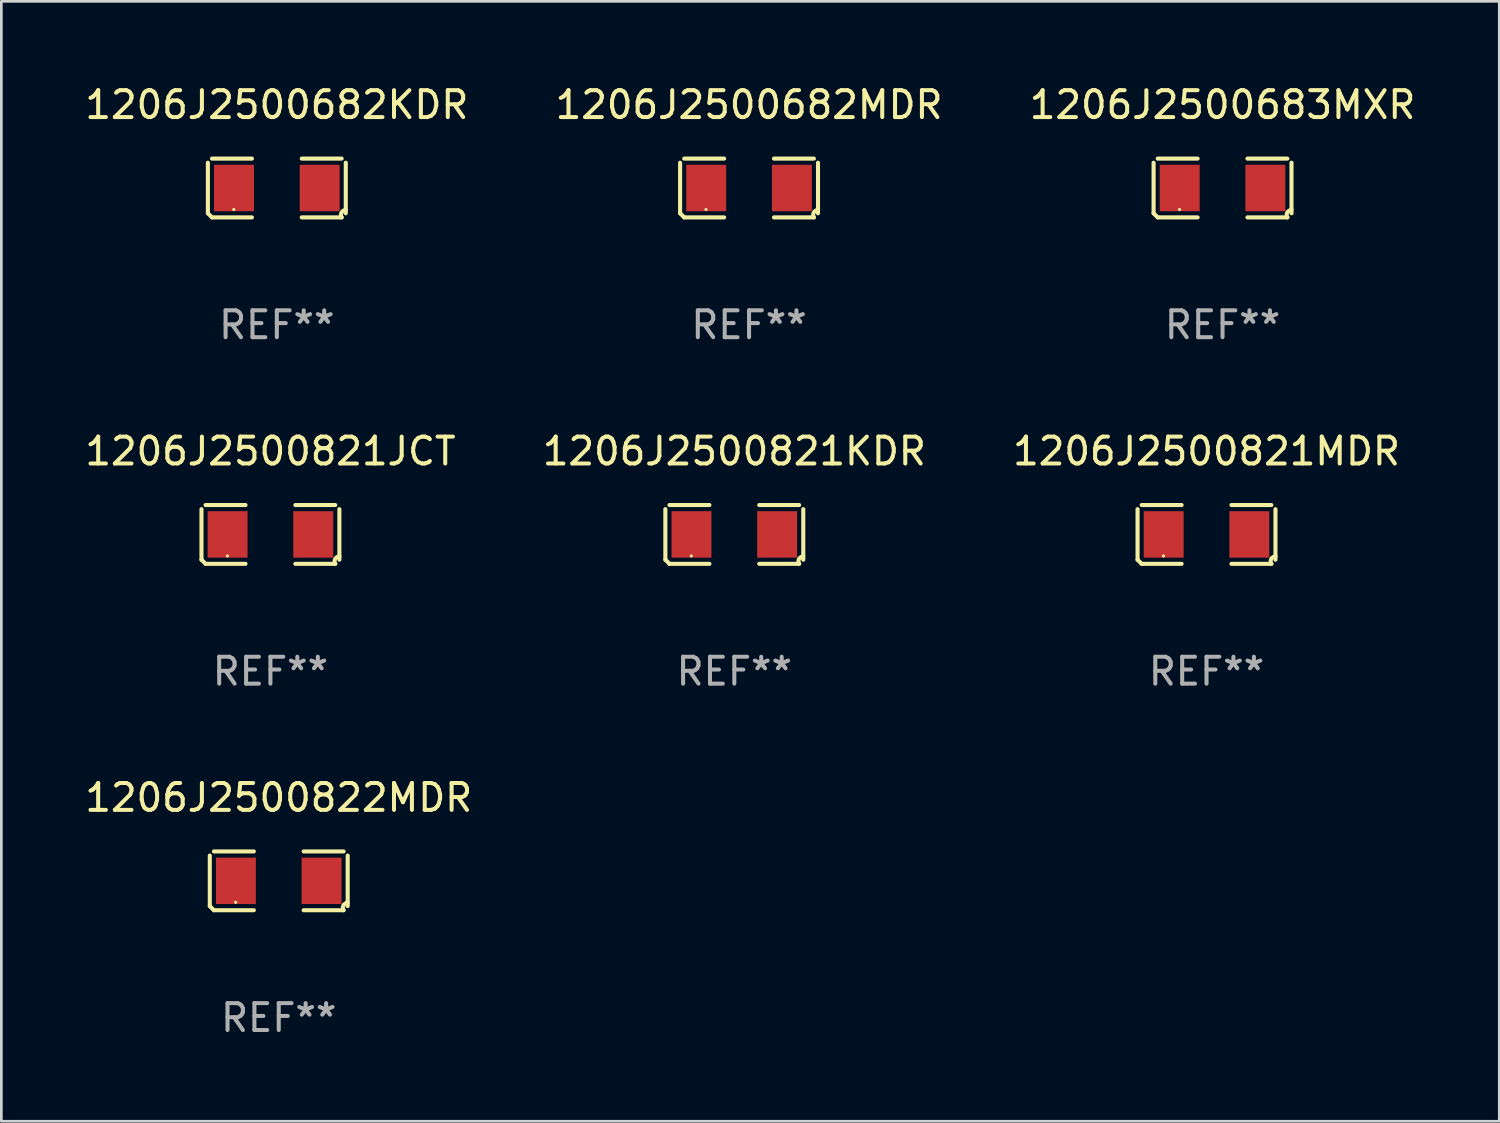
<source format=kicad_pcb>
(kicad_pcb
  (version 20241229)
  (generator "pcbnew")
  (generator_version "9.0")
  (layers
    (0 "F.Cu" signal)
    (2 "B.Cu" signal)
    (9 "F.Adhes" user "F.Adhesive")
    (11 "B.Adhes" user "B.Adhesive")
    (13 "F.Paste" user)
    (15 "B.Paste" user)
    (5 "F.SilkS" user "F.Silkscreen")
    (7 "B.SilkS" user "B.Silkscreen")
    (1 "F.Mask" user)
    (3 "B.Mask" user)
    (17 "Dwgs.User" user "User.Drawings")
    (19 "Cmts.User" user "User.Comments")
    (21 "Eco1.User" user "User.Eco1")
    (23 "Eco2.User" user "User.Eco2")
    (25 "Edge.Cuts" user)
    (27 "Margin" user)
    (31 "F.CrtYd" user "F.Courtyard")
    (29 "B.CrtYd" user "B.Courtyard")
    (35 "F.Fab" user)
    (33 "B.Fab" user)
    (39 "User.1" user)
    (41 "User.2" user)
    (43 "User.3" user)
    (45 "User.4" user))
  (footprint "1206J2500822MDR"
    (layer "F.Cu")
    (at 7.315 29.704)
    (property "Reference" "1206J2500822MDR" (at 0 -3.093 0) (layer "F.SilkS") (effects (font (size 1 1) (thickness 0.15))))
    (attr through_hole)
    (fp_line (start -2.564 0.94) (end -2.564 -0.94) (stroke (width 0.152) (type solid)) (layer "F.SilkS"))
    (fp_line (start -2.411 -1.093) (end -0.926 -1.093) (stroke (width 0.152) (type solid)) (layer "F.SilkS"))
    (fp_line (start -0.926 1.093) (end -2.411 1.093) (stroke (width 0.152) (type solid)) (layer "F.SilkS"))
    (fp_line (start 0.926 1.093) (end 2.411 1.093) (stroke (width 0.152) (type solid)) (layer "F.SilkS"))
    (fp_line (start 2.411 -1.093) (end 0.926 -1.093) (stroke (width 0.152) (type solid)) (layer "F.SilkS"))
    (fp_line (start 2.564 0.94) (end 2.564 -0.94) (stroke (width 0.152) (type solid)) (layer "F.SilkS"))
    (fp_arc (start -2.411201 1.092609) (mid -2.487413 1.01642) (end -2.563602 0.940208) (stroke (width 0.1524) (type solid)) (layer "F.SilkS"))
    (fp_arc (start 2.411201 1.092609) (mid 2.407159 0.911226) (end 2.563602 0.819347) (stroke (width 0.1524) (type solid)) (layer "F.SilkS"))
    (fp_circle (center -1.6 0.8) (end -1.57 0.8) (stroke (width 0.06) (type solid)) (fill no) (layer "F.SilkS"))
    (fp_text user "REF**" (at 0 5.093 0) (layer "F.Fab") (effects (font (size 1 1) (thickness 0.15))))
    (pad "1" smd rect (at -1.593 0) (size 1.485 1.728) (layers "F.Cu" "F.Mask" "F.Paste"))
    (pad "2" smd rect (at 1.593 0) (size 1.485 1.728) (layers "F.Cu" "F.Mask" "F.Paste")))
  (footprint "1206J2500821MDR"
    (layer "F.Cu")
    (at 41.815 16.823)
    (property "Reference" "1206J2500821MDR" (at 0 -3.093 0) (layer "F.SilkS") (effects (font (size 1 1) (thickness 0.15))))
    (attr through_hole)
    (fp_line (start -2.564 0.94) (end -2.564 -0.94) (stroke (width 0.152) (type solid)) (layer "F.SilkS"))
    (fp_line (start -2.411 -1.093) (end -0.926 -1.093) (stroke (width 0.152) (type solid)) (layer "F.SilkS"))
    (fp_line (start -0.926 1.093) (end -2.411 1.093) (stroke (width 0.152) (type solid)) (layer "F.SilkS"))
    (fp_line (start 0.926 1.093) (end 2.411 1.093) (stroke (width 0.152) (type solid)) (layer "F.SilkS"))
    (fp_line (start 2.411 -1.093) (end 0.926 -1.093) (stroke (width 0.152) (type solid)) (layer "F.SilkS"))
    (fp_line (start 2.564 0.94) (end 2.564 -0.94) (stroke (width 0.152) (type solid)) (layer "F.SilkS"))
    (fp_arc (start -2.411201 1.092609) (mid -2.487413 1.01642) (end -2.563602 0.940208) (stroke (width 0.1524) (type solid)) (layer "F.SilkS"))
    (fp_arc (start 2.411201 1.092609) (mid 2.407159 0.911226) (end 2.563602 0.819347) (stroke (width 0.1524) (type solid)) (layer "F.SilkS"))
    (fp_circle (center -1.6 0.8) (end -1.57 0.8) (stroke (width 0.06) (type solid)) (fill no) (layer "F.SilkS"))
    (fp_text user "REF**" (at 0 5.093 0) (layer "F.Fab") (effects (font (size 1 1) (thickness 0.15))))
    (pad "1" smd rect (at -1.593 0) (size 1.485 1.728) (layers "F.Cu" "F.Mask" "F.Paste"))
    (pad "2" smd rect (at 1.593 0) (size 1.485 1.728) (layers "F.Cu" "F.Mask" "F.Paste")))
  (footprint "1206J2500821KDR"
    (layer "F.Cu")
    (at 24.256 16.823)
    (property "Reference" "1206J2500821KDR" (at 0 -3.093 0) (layer "F.SilkS") (effects (font (size 1 1) (thickness 0.15))))
    (attr through_hole)
    (fp_line (start -2.564 0.94) (end -2.564 -0.94) (stroke (width 0.152) (type solid)) (layer "F.SilkS"))
    (fp_line (start -2.411 -1.093) (end -0.926 -1.093) (stroke (width 0.152) (type solid)) (layer "F.SilkS"))
    (fp_line (start -0.926 1.093) (end -2.411 1.093) (stroke (width 0.152) (type solid)) (layer "F.SilkS"))
    (fp_line (start 0.926 1.093) (end 2.411 1.093) (stroke (width 0.152) (type solid)) (layer "F.SilkS"))
    (fp_line (start 2.411 -1.093) (end 0.926 -1.093) (stroke (width 0.152) (type solid)) (layer "F.SilkS"))
    (fp_line (start 2.564 0.94) (end 2.564 -0.94) (stroke (width 0.152) (type solid)) (layer "F.SilkS"))
    (fp_arc (start -2.411201 1.092609) (mid -2.487413 1.01642) (end -2.563602 0.940208) (stroke (width 0.1524) (type solid)) (layer "F.SilkS"))
    (fp_arc (start 2.411201 1.092609) (mid 2.407159 0.911226) (end 2.563602 0.819347) (stroke (width 0.1524) (type solid)) (layer "F.SilkS"))
    (fp_circle (center -1.6 0.8) (end -1.57 0.8) (stroke (width 0.06) (type solid)) (fill no) (layer "F.SilkS"))
    (fp_text user "REF**" (at 0 5.093 0) (layer "F.Fab") (effects (font (size 1 1) (thickness 0.15))))
    (pad "1" smd rect (at -1.593 0) (size 1.485 1.728) (layers "F.Cu" "F.Mask" "F.Paste"))
    (pad "2" smd rect (at 1.593 0) (size 1.485 1.728) (layers "F.Cu" "F.Mask" "F.Paste")))
  (footprint "1206J2500821JCT"
    (layer "F.Cu")
    (at 7.006 16.823)
    (property "Reference" "1206J2500821JCT" (at 0 -3.093 0) (layer "F.SilkS") (effects (font (size 1 1) (thickness 0.15))))
    (attr through_hole)
    (fp_line (start -2.564 0.94) (end -2.564 -0.94) (stroke (width 0.152) (type solid)) (layer "F.SilkS"))
    (fp_line (start -2.411 -1.093) (end -0.926 -1.093) (stroke (width 0.152) (type solid)) (layer "F.SilkS"))
    (fp_line (start -0.926 1.093) (end -2.411 1.093) (stroke (width 0.152) (type solid)) (layer "F.SilkS"))
    (fp_line (start 0.926 1.093) (end 2.411 1.093) (stroke (width 0.152) (type solid)) (layer "F.SilkS"))
    (fp_line (start 2.411 -1.093) (end 0.926 -1.093) (stroke (width 0.152) (type solid)) (layer "F.SilkS"))
    (fp_line (start 2.564 0.94) (end 2.564 -0.94) (stroke (width 0.152) (type solid)) (layer "F.SilkS"))
    (fp_arc (start -2.411201 1.092609) (mid -2.487413 1.01642) (end -2.563602 0.940208) (stroke (width 0.1524) (type solid)) (layer "F.SilkS"))
    (fp_arc (start 2.411201 1.092609) (mid 2.407159 0.911226) (end 2.563602 0.819347) (stroke (width 0.1524) (type solid)) (layer "F.SilkS"))
    (fp_circle (center -1.6 0.8) (end -1.57 0.8) (stroke (width 0.06) (type solid)) (fill no) (layer "F.SilkS"))
    (fp_text user "REF**" (at 0 5.093 0) (layer "F.Fab") (effects (font (size 1 1) (thickness 0.15))))
    (pad "1" smd rect (at -1.593 0) (size 1.485 1.728) (layers "F.Cu" "F.Mask" "F.Paste"))
    (pad "2" smd rect (at 1.593 0) (size 1.485 1.728) (layers "F.Cu" "F.Mask" "F.Paste")))
  (footprint "1206J2500682KDR"
    (layer "F.Cu")
    (at 7.244 3.941)
    (property "Reference" "1206J2500682KDR" (at 0 -3.093 0) (layer "F.SilkS") (effects (font (size 1 1) (thickness 0.15))))
    (attr through_hole)
    (fp_line (start -2.564 0.94) (end -2.564 -0.94) (stroke (width 0.152) (type solid)) (layer "F.SilkS"))
    (fp_line (start -2.411 -1.093) (end -0.926 -1.093) (stroke (width 0.152) (type solid)) (layer "F.SilkS"))
    (fp_line (start -0.926 1.093) (end -2.411 1.093) (stroke (width 0.152) (type solid)) (layer "F.SilkS"))
    (fp_line (start 0.926 1.093) (end 2.411 1.093) (stroke (width 0.152) (type solid)) (layer "F.SilkS"))
    (fp_line (start 2.411 -1.093) (end 0.926 -1.093) (stroke (width 0.152) (type solid)) (layer "F.SilkS"))
    (fp_line (start 2.564 0.94) (end 2.564 -0.94) (stroke (width 0.152) (type solid)) (layer "F.SilkS"))
    (fp_arc (start -2.411201 1.092609) (mid -2.487413 1.01642) (end -2.563602 0.940208) (stroke (width 0.1524) (type solid)) (layer "F.SilkS"))
    (fp_arc (start 2.411201 1.092609) (mid 2.407159 0.911226) (end 2.563602 0.819347) (stroke (width 0.1524) (type solid)) (layer "F.SilkS"))
    (fp_circle (center -1.6 0.8) (end -1.57 0.8) (stroke (width 0.06) (type solid)) (fill no) (layer "F.SilkS"))
    (fp_text user "REF**" (at 0 5.093 0) (layer "F.Fab") (effects (font (size 1 1) (thickness 0.15))))
    (pad "1" smd rect (at -1.593 0) (size 1.485 1.728) (layers "F.Cu" "F.Mask" "F.Paste"))
    (pad "2" smd rect (at 1.593 0) (size 1.485 1.728) (layers "F.Cu" "F.Mask" "F.Paste")))
  (footprint "1206J2500683MXR"
    (layer "F.Cu")
    (at 42.411 3.941)
    (property "Reference" "1206J2500683MXR" (at 0 -3.093 0) (layer "F.SilkS") (effects (font (size 1 1) (thickness 0.15))))
    (attr through_hole)
    (fp_line (start -2.564 0.94) (end -2.564 -0.94) (stroke (width 0.152) (type solid)) (layer "F.SilkS"))
    (fp_line (start -2.411 -1.093) (end -0.926 -1.093) (stroke (width 0.152) (type solid)) (layer "F.SilkS"))
    (fp_line (start -0.926 1.093) (end -2.411 1.093) (stroke (width 0.152) (type solid)) (layer "F.SilkS"))
    (fp_line (start 0.926 1.093) (end 2.411 1.093) (stroke (width 0.152) (type solid)) (layer "F.SilkS"))
    (fp_line (start 2.411 -1.093) (end 0.926 -1.093) (stroke (width 0.152) (type solid)) (layer "F.SilkS"))
    (fp_line (start 2.564 0.94) (end 2.564 -0.94) (stroke (width 0.152) (type solid)) (layer "F.SilkS"))
    (fp_arc (start -2.411201 1.092609) (mid -2.487413 1.01642) (end -2.563602 0.940208) (stroke (width 0.1524) (type solid)) (layer "F.SilkS"))
    (fp_arc (start 2.411201 1.092609) (mid 2.407159 0.911226) (end 2.563602 0.819347) (stroke (width 0.1524) (type solid)) (layer "F.SilkS"))
    (fp_circle (center -1.6 0.8) (end -1.57 0.8) (stroke (width 0.06) (type solid)) (fill no) (layer "F.SilkS"))
    (fp_text user "REF**" (at 0 5.093 0) (layer "F.Fab") (effects (font (size 1 1) (thickness 0.15))))
    (pad "1" smd rect (at -1.593 0) (size 1.485 1.728) (layers "F.Cu" "F.Mask" "F.Paste"))
    (pad "2" smd rect (at 1.593 0) (size 1.485 1.728) (layers "F.Cu" "F.Mask" "F.Paste")))
  (footprint "1206J2500682MDR"
    (layer "F.Cu")
    (at 24.804 3.941)
    (property "Reference" "1206J2500682MDR" (at 0 -3.093 0) (layer "F.SilkS") (effects (font (size 1 1) (thickness 0.15))))
    (attr through_hole)
    (fp_line (start -2.564 0.94) (end -2.564 -0.94) (stroke (width 0.152) (type solid)) (layer "F.SilkS"))
    (fp_line (start -2.411 -1.093) (end -0.926 -1.093) (stroke (width 0.152) (type solid)) (layer "F.SilkS"))
    (fp_line (start -0.926 1.093) (end -2.411 1.093) (stroke (width 0.152) (type solid)) (layer "F.SilkS"))
    (fp_line (start 0.926 1.093) (end 2.411 1.093) (stroke (width 0.152) (type solid)) (layer "F.SilkS"))
    (fp_line (start 2.411 -1.093) (end 0.926 -1.093) (stroke (width 0.152) (type solid)) (layer "F.SilkS"))
    (fp_line (start 2.564 0.94) (end 2.564 -0.94) (stroke (width 0.152) (type solid)) (layer "F.SilkS"))
    (fp_arc (start -2.411201 1.092609) (mid -2.487413 1.01642) (end -2.563602 0.940208) (stroke (width 0.1524) (type solid)) (layer "F.SilkS"))
    (fp_arc (start 2.411201 1.092609) (mid 2.407159 0.911226) (end 2.563602 0.819347) (stroke (width 0.1524) (type solid)) (layer "F.SilkS"))
    (fp_circle (center -1.6 0.8) (end -1.57 0.8) (stroke (width 0.06) (type solid)) (fill no) (layer "F.SilkS"))
    (fp_text user "REF**" (at 0 5.093 0) (layer "F.Fab") (effects (font (size 1 1) (thickness 0.15))))
    (pad "1" smd rect (at -1.593 0) (size 1.485 1.728) (layers "F.Cu" "F.Mask" "F.Paste"))
    (pad "2" smd rect (at 1.593 0) (size 1.485 1.728) (layers "F.Cu" "F.Mask" "F.Paste")))
  (gr_rect
    (start -3 -3)
    (end 52.702 38.645)
    (stroke (width 0.1) (type default))
    (fill no)
    (layer "Edge.Cuts")))
</source>
